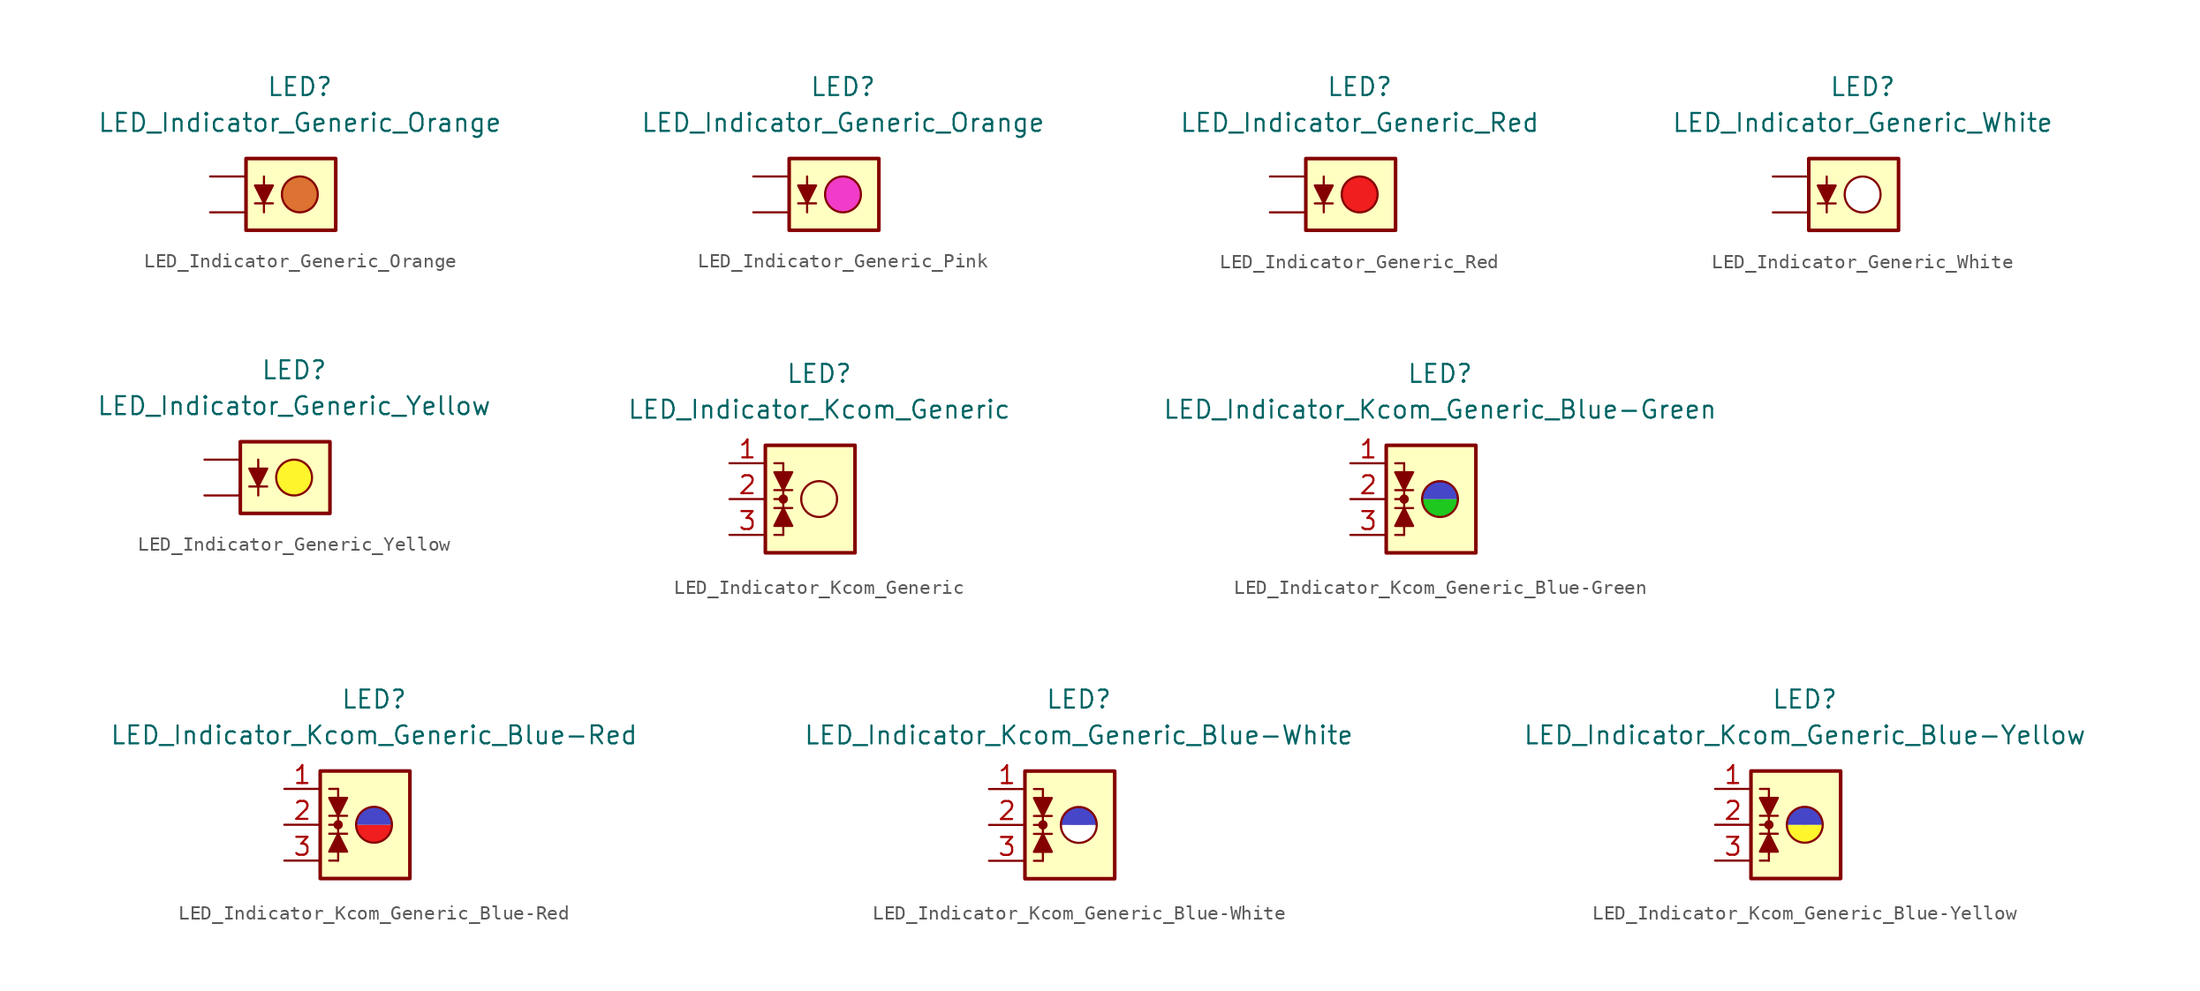
<source format=kicad_sym>
(kicad_symbol_lib
  (version 20231120)
  (generator "kicad_symbol_editor")
  (generator_version "8.0")
  (symbol "LED_Indicator_Generic_Orange"
    (pin_numbers hide)
    (pin_names
      (offset 1.016) hide)
    (property "Reference" "LED"
      (at 0 7.62 0)
      (effects (font (size 1.27 1.27))))
    (property "Value" "LED_Indicator_Generic_Orange"
      (at 0 5.08 0)
      (effects (font (size 1.27 1.27))))
    (symbol "LED_Indicator_Generic_Orange_0_1"
      (rectangle (start -3.81 2.54) (end 2.54 -2.54) (stroke (width 0.254) (type default)) (fill (type background)))
      (polyline (pts (xy -3.175 -0.635) (xy -1.905 -0.635)) (stroke (width 0) (type default)) (fill (type none)))
      (polyline (pts (xy -2.54 1.27) (xy -2.54 -1.27)) (stroke (width 0) (type default)) (fill (type none)))
      (polyline (pts (xy -2.54 -0.635) (xy -3.175 0.635) (xy -1.905 0.635) (xy -2.54 -0.635)) (stroke (width 0) (type default)) (fill (type outline)))
      (circle (center 0 0) (radius 1.27) (stroke (width 0) (type default)) (fill (type color) (color 220 115 50 1))))
    (symbol "LED_Indicator_Generic_Orange_1_1"
      (pin passive line (at -6.35 -1.27 0) (length 2.54) (name "K" (effects (font (size 1.27 1.27)))) (number "1" (effects (font (size 1.27 1.27)))))
      (pin passive line (at -6.35 1.27 0) (length 2.54) (name "A" (effects (font (size 1.27 1.27)))) (number "2" (effects (font (size 1.27 1.27)))))))
  (symbol "LED_Indicator_Generic_Pink"
    (pin_numbers hide)
    (pin_names
      (offset 1.016) hide)
    (property "Reference" "LED"
      (at 0 7.62 0)
      (effects (font (size 1.27 1.27))))
    (property "Value" "LED_Indicator_Generic_Orange"
      (at 0 5.08 0)
      (effects (font (size 1.27 1.27))))
    (symbol "LED_Indicator_Generic_Pink_0_1"
      (rectangle (start -3.81 2.54) (end 2.54 -2.54) (stroke (width 0.254) (type default)) (fill (type background)))
      (polyline (pts (xy -3.175 -0.635) (xy -1.905 -0.635)) (stroke (width 0) (type default)) (fill (type none)))
      (polyline (pts (xy -2.54 1.27) (xy -2.54 -1.27)) (stroke (width 0) (type default)) (fill (type none)))
      (polyline (pts (xy -2.54 -0.635) (xy -3.175 0.635) (xy -1.905 0.635) (xy -2.54 -0.635)) (stroke (width 0) (type default)) (fill (type outline)))
      (circle (center 0 0) (radius 1.27) (stroke (width 0) (type default)) (fill (type color) (color 240 60 200 1))))
    (symbol "LED_Indicator_Generic_Pink_1_1"
      (pin passive line (at -6.35 -1.27 0) (length 2.54) (name "K" (effects (font (size 1.27 1.27)))) (number "1" (effects (font (size 1.27 1.27)))))
      (pin passive line (at -6.35 1.27 0) (length 2.54) (name "A" (effects (font (size 1.27 1.27)))) (number "2" (effects (font (size 1.27 1.27)))))))
  (symbol "LED_Indicator_Generic_Red"
    (pin_numbers hide)
    (pin_names
      (offset 1.016) hide)
    (property "Reference" "LED"
      (at 0 7.62 0)
      (effects (font (size 1.27 1.27))))
    (property "Value" "LED_Indicator_Generic_Red"
      (at 0 5.08 0)
      (effects (font (size 1.27 1.27))))
    (symbol "LED_Indicator_Generic_Red_0_1"
      (rectangle (start -3.81 2.54) (end 2.54 -2.54) (stroke (width 0.254) (type default)) (fill (type background)))
      (polyline (pts (xy -3.175 -0.635) (xy -1.905 -0.635)) (stroke (width 0) (type default)) (fill (type none)))
      (polyline (pts (xy -2.54 1.27) (xy -2.54 -1.27)) (stroke (width 0) (type default)) (fill (type none)))
      (polyline (pts (xy -2.54 -0.635) (xy -3.175 0.635) (xy -1.905 0.635) (xy -2.54 -0.635)) (stroke (width 0) (type default)) (fill (type outline)))
      (circle (center 0 0) (radius 1.27) (stroke (width 0) (type default)) (fill (type color) (color 240 30 30 1))))
    (symbol "LED_Indicator_Generic_Red_1_1"
      (pin passive line (at -6.35 -1.27 0) (length 2.54) (name "K" (effects (font (size 1.27 1.27)))) (number "1" (effects (font (size 1.27 1.27)))))
      (pin passive line (at -6.35 1.27 0) (length 2.54) (name "A" (effects (font (size 1.27 1.27)))) (number "2" (effects (font (size 1.27 1.27)))))))
  (symbol "LED_Indicator_Generic_White"
    (pin_numbers hide)
    (pin_names
      (offset 1.016) hide)
    (property "Reference" "LED"
      (at 0 7.62 0)
      (effects (font (size 1.27 1.27))))
    (property "Value" "LED_Indicator_Generic_White"
      (at 0 5.08 0)
      (effects (font (size 1.27 1.27))))
    (symbol "LED_Indicator_Generic_White_0_1"
      (rectangle (start -3.81 2.54) (end 2.54 -2.54) (stroke (width 0.254) (type default)) (fill (type background)))
      (polyline (pts (xy -3.175 -0.635) (xy -1.905 -0.635)) (stroke (width 0) (type default)) (fill (type none)))
      (polyline (pts (xy -2.54 1.27) (xy -2.54 -1.27)) (stroke (width 0) (type default)) (fill (type none)))
      (polyline (pts (xy -2.54 -0.635) (xy -3.175 0.635) (xy -1.905 0.635) (xy -2.54 -0.635)) (stroke (width 0) (type default)) (fill (type outline)))
      (circle (center 0 0) (radius 1.27) (stroke (width 0) (type default)) (fill (type color) (color 255 255 255 1))))
    (symbol "LED_Indicator_Generic_White_1_1"
      (pin passive line (at -6.35 -1.27 0) (length 2.54) (name "K" (effects (font (size 1.27 1.27)))) (number "1" (effects (font (size 1.27 1.27)))))
      (pin passive line (at -6.35 1.27 0) (length 2.54) (name "A" (effects (font (size 1.27 1.27)))) (number "2" (effects (font (size 1.27 1.27)))))))
  (symbol "LED_Indicator_Generic_Yellow"
    (pin_numbers hide)
    (pin_names
      (offset 1.016) hide)
    (property "Reference" "LED"
      (at 0 7.62 0)
      (effects (font (size 1.27 1.27))))
    (property "Value" "LED_Indicator_Generic_Yellow"
      (at 0 5.08 0)
      (effects (font (size 1.27 1.27))))
    (symbol "LED_Indicator_Generic_Yellow_0_1"
      (rectangle (start -3.81 2.54) (end 2.54 -2.54) (stroke (width 0.254) (type default)) (fill (type background)))
      (polyline (pts (xy -3.175 -0.635) (xy -1.905 -0.635)) (stroke (width 0) (type default)) (fill (type none)))
      (polyline (pts (xy -2.54 1.27) (xy -2.54 -1.27)) (stroke (width 0) (type default)) (fill (type none)))
      (polyline (pts (xy -2.54 -0.635) (xy -3.175 0.635) (xy -1.905 0.635) (xy -2.54 -0.635)) (stroke (width 0) (type default)) (fill (type outline)))
      (circle (center 0 0) (radius 1.27) (stroke (width 0) (type default)) (fill (type color) (color 255 245 45 1))))
    (symbol "LED_Indicator_Generic_Yellow_1_1"
      (pin passive line (at -6.35 -1.27 0) (length 2.54) (name "K" (effects (font (size 1.27 1.27)))) (number "1" (effects (font (size 1.27 1.27)))))
      (pin passive line (at -6.35 1.27 0) (length 2.54) (name "A" (effects (font (size 1.27 1.27)))) (number "2" (effects (font (size 1.27 1.27)))))))
  (symbol "LED_Indicator_Kcom_Generic"
    (pin_names
      (offset 1.016) hide)
    (property "Reference" "LED"
      (at 0 8.89 0)
      (effects (font (size 1.27 1.27))))
    (property "Value" "LED_Indicator_Kcom_Generic"
      (at 0 6.35 0)
      (effects (font (size 1.27 1.27))))
    (symbol "LED_Indicator_Kcom_Generic_0_1"
      (rectangle (start -3.81 3.81) (end 2.54 -3.81) (stroke (width 0.254) (type default)) (fill (type background)))
      (circle (center -2.54 0) (radius 0.254) (stroke (width 0) (type default)) (fill (type outline)))
      (arc (start -1.27 0) (mid 0 -1.2645) (end 1.27 0) (stroke (width 0) (type default)) (fill (type none)))
      (polyline (pts (xy -3.175 0.635) (xy -1.905 0.635)) (stroke (width 0) (type default)) (fill (type none)))
      (polyline (pts (xy -2.54 -2.54) (xy -3.175 -2.54)) (stroke (width 0) (type default)) (fill (type none)))
      (polyline (pts (xy -2.54 -2.54) (xy -2.54 0)) (stroke (width 0) (type default)) (fill (type none)))
      (polyline (pts (xy -2.54 0) (xy -3.175 0)) (stroke (width 0) (type default)) (fill (type none)))
      (polyline (pts (xy -2.54 2.54) (xy -3.175 2.54)) (stroke (width 0) (type default)) (fill (type none)))
      (polyline (pts (xy -2.54 2.54) (xy -2.54 0)) (stroke (width 0) (type default)) (fill (type none)))
      (polyline (pts (xy -1.905 -0.635) (xy -3.175 -0.635)) (stroke (width 0) (type default)) (fill (type none)))
      (polyline (pts (xy -2.54 -0.635) (xy -1.905 -1.905) (xy -3.175 -1.905) (xy -2.54 -0.635)) (stroke (width 0) (type default)) (fill (type outline)))
      (polyline (pts (xy -2.54 0.635) (xy -3.175 1.905) (xy -1.905 1.905) (xy -2.54 0.635)) (stroke (width 0) (type default)) (fill (type outline)))
      (arc (start 1.27 0) (mid 0 1.2645) (end -1.27 0) (stroke (width 0) (type default)) (fill (type none))))
    (symbol "LED_Indicator_Kcom_Generic_1_1"
      (pin passive line (at -6.35 2.54 0) (length 2.54) (name "A1" (effects (font (size 1.27 1.27)))) (number "1" (effects (font (size 1.27 1.27)))))
      (pin passive line (at -6.35 0 0) (length 2.54) (name "K12" (effects (font (size 1.27 1.27)))) (number "2" (effects (font (size 1.27 1.27)))))
      (pin passive line (at -6.35 -2.54 0) (length 2.54) (name "A2" (effects (font (size 1.27 1.27)))) (number "3" (effects (font (size 1.27 1.27)))))))
  (symbol "LED_Indicator_Kcom_Generic_Blue-Green"
    (pin_names
      (offset 1.016) hide)
    (property "Reference" "LED"
      (at 0 8.89 0)
      (effects (font (size 1.27 1.27))))
    (property "Value" "LED_Indicator_Kcom_Generic_Blue-Green"
      (at 0 6.35 0)
      (effects (font (size 1.27 1.27))))
    (symbol "LED_Indicator_Kcom_Generic_Blue-Green_0_1"
      (rectangle (start -3.81 3.81) (end 2.54 -3.81) (stroke (width 0.254) (type default)) (fill (type background)))
      (circle (center -2.54 0) (radius 0.254) (stroke (width 0) (type default)) (fill (type outline)))
      (arc (start -1.27 0) (mid 0 -1.2645) (end 1.27 0) (stroke (width 0) (type default)) (fill (type color) (color 30 200 30 1)))
      (polyline (pts (xy -3.175 0.635) (xy -1.905 0.635)) (stroke (width 0) (type default)) (fill (type none)))
      (polyline (pts (xy -2.54 -2.54) (xy -3.175 -2.54)) (stroke (width 0) (type default)) (fill (type none)))
      (polyline (pts (xy -2.54 -2.54) (xy -2.54 0)) (stroke (width 0) (type default)) (fill (type none)))
      (polyline (pts (xy -2.54 0) (xy -3.175 0)) (stroke (width 0) (type default)) (fill (type none)))
      (polyline (pts (xy -2.54 2.54) (xy -3.175 2.54)) (stroke (width 0) (type default)) (fill (type none)))
      (polyline (pts (xy -2.54 2.54) (xy -2.54 0)) (stroke (width 0) (type default)) (fill (type none)))
      (polyline (pts (xy -1.905 -0.635) (xy -3.175 -0.635)) (stroke (width 0) (type default)) (fill (type none)))
      (polyline (pts (xy -2.54 -0.635) (xy -1.905 -1.905) (xy -3.175 -1.905) (xy -2.54 -0.635)) (stroke (width 0) (type default)) (fill (type outline)))
      (polyline (pts (xy -2.54 0.635) (xy -3.175 1.905) (xy -1.905 1.905) (xy -2.54 0.635)) (stroke (width 0) (type default)) (fill (type outline)))
      (arc (start 1.27 0) (mid 0 1.2645) (end -1.27 0) (stroke (width 0) (type default)) (fill (type color) (color 70 70 200 1))))
    (symbol "LED_Indicator_Kcom_Generic_Blue-Green_1_1"
      (pin passive line (at -6.35 2.54 0) (length 2.54) (name "K1" (effects (font (size 1.27 1.27)))) (number "1" (effects (font (size 1.27 1.27)))))
      (pin passive line (at -6.35 0 0) (length 2.54) (name "A12" (effects (font (size 1.27 1.27)))) (number "2" (effects (font (size 1.27 1.27)))))
      (pin passive line (at -6.35 -2.54 0) (length 2.54) (name "K2" (effects (font (size 1.27 1.27)))) (number "3" (effects (font (size 1.27 1.27)))))))
  (symbol "LED_Indicator_Kcom_Generic_Blue-Red"
    (pin_names
      (offset 1.016) hide)
    (property "Reference" "LED"
      (at 0 8.89 0)
      (effects (font (size 1.27 1.27))))
    (property "Value" "LED_Indicator_Kcom_Generic_Blue-Red"
      (at 0 6.35 0)
      (effects (font (size 1.27 1.27))))
    (symbol "LED_Indicator_Kcom_Generic_Blue-Red_0_1"
      (rectangle (start -3.81 3.81) (end 2.54 -3.81) (stroke (width 0.254) (type default)) (fill (type background)))
      (circle (center -2.54 0) (radius 0.254) (stroke (width 0) (type default)) (fill (type outline)))
      (arc (start -1.27 0) (mid 0 -1.2645) (end 1.27 0) (stroke (width 0) (type default)) (fill (type color) (color 240 30 30 1)))
      (polyline (pts (xy -3.175 0.635) (xy -1.905 0.635)) (stroke (width 0) (type default)) (fill (type none)))
      (polyline (pts (xy -2.54 -2.54) (xy -3.175 -2.54)) (stroke (width 0) (type default)) (fill (type none)))
      (polyline (pts (xy -2.54 -2.54) (xy -2.54 0)) (stroke (width 0) (type default)) (fill (type none)))
      (polyline (pts (xy -2.54 0) (xy -3.175 0)) (stroke (width 0) (type default)) (fill (type none)))
      (polyline (pts (xy -2.54 2.54) (xy -3.175 2.54)) (stroke (width 0) (type default)) (fill (type none)))
      (polyline (pts (xy -2.54 2.54) (xy -2.54 0)) (stroke (width 0) (type default)) (fill (type none)))
      (polyline (pts (xy -1.905 -0.635) (xy -3.175 -0.635)) (stroke (width 0) (type default)) (fill (type none)))
      (polyline (pts (xy -2.54 -0.635) (xy -1.905 -1.905) (xy -3.175 -1.905) (xy -2.54 -0.635)) (stroke (width 0) (type default)) (fill (type outline)))
      (polyline (pts (xy -2.54 0.635) (xy -3.175 1.905) (xy -1.905 1.905) (xy -2.54 0.635)) (stroke (width 0) (type default)) (fill (type outline)))
      (arc (start 1.27 0) (mid 0 1.2645) (end -1.27 0) (stroke (width 0) (type default)) (fill (type color) (color 70 70 200 1))))
    (symbol "LED_Indicator_Kcom_Generic_Blue-Red_1_1"
      (pin passive line (at -6.35 2.54 0) (length 2.54) (name "K1" (effects (font (size 1.27 1.27)))) (number "1" (effects (font (size 1.27 1.27)))))
      (pin passive line (at -6.35 0 0) (length 2.54) (name "A12" (effects (font (size 1.27 1.27)))) (number "2" (effects (font (size 1.27 1.27)))))
      (pin passive line (at -6.35 -2.54 0) (length 2.54) (name "K2" (effects (font (size 1.27 1.27)))) (number "3" (effects (font (size 1.27 1.27)))))))
  (symbol "LED_Indicator_Kcom_Generic_Blue-White"
    (pin_names
      (offset 1.016) hide)
    (property "Reference" "LED"
      (at 0 8.89 0)
      (effects (font (size 1.27 1.27))))
    (property "Value" "LED_Indicator_Kcom_Generic_Blue-White"
      (at 0 6.35 0)
      (effects (font (size 1.27 1.27))))
    (symbol "LED_Indicator_Kcom_Generic_Blue-White_0_1"
      (rectangle (start -3.81 3.81) (end 2.54 -3.81) (stroke (width 0.254) (type default)) (fill (type background)))
      (circle (center -2.54 0) (radius 0.254) (stroke (width 0) (type default)) (fill (type outline)))
      (arc (start -1.27 0) (mid 0 -1.2645) (end 1.27 0) (stroke (width 0) (type default)) (fill (type color) (color 255 255 255 1)))
      (polyline (pts (xy -3.175 0.635) (xy -1.905 0.635)) (stroke (width 0) (type default)) (fill (type none)))
      (polyline (pts (xy -2.54 -2.54) (xy -3.175 -2.54)) (stroke (width 0) (type default)) (fill (type none)))
      (polyline (pts (xy -2.54 -2.54) (xy -2.54 0)) (stroke (width 0) (type default)) (fill (type none)))
      (polyline (pts (xy -2.54 0) (xy -3.175 0)) (stroke (width 0) (type default)) (fill (type none)))
      (polyline (pts (xy -2.54 2.54) (xy -3.175 2.54)) (stroke (width 0) (type default)) (fill (type none)))
      (polyline (pts (xy -2.54 2.54) (xy -2.54 0)) (stroke (width 0) (type default)) (fill (type none)))
      (polyline (pts (xy -1.905 -0.635) (xy -3.175 -0.635)) (stroke (width 0) (type default)) (fill (type none)))
      (polyline (pts (xy -2.54 -0.635) (xy -1.905 -1.905) (xy -3.175 -1.905) (xy -2.54 -0.635)) (stroke (width 0) (type default)) (fill (type outline)))
      (polyline (pts (xy -2.54 0.635) (xy -3.175 1.905) (xy -1.905 1.905) (xy -2.54 0.635)) (stroke (width 0) (type default)) (fill (type outline)))
      (arc (start 1.27 0) (mid 0 1.2645) (end -1.27 0) (stroke (width 0) (type default)) (fill (type color) (color 70 70 200 1))))
    (symbol "LED_Indicator_Kcom_Generic_Blue-White_1_1"
      (pin passive line (at -6.35 2.54 0) (length 2.54) (name "K1" (effects (font (size 1.27 1.27)))) (number "1" (effects (font (size 1.27 1.27)))))
      (pin passive line (at -6.35 0 0) (length 2.54) (name "A12" (effects (font (size 1.27 1.27)))) (number "2" (effects (font (size 1.27 1.27)))))
      (pin passive line (at -6.35 -2.54 0) (length 2.54) (name "K2" (effects (font (size 1.27 1.27)))) (number "3" (effects (font (size 1.27 1.27)))))))
  (symbol "LED_Indicator_Kcom_Generic_Blue-Yellow"
    (pin_names
      (offset 1.016) hide)
    (property "Reference" "LED"
      (at 0 8.89 0)
      (effects (font (size 1.27 1.27))))
    (property "Value" "LED_Indicator_Kcom_Generic_Blue-Yellow"
      (at 0 6.35 0)
      (effects (font (size 1.27 1.27))))
    (symbol "LED_Indicator_Kcom_Generic_Blue-Yellow_0_1"
      (rectangle (start -3.81 3.81) (end 2.54 -3.81) (stroke (width 0.254) (type default)) (fill (type background)))
      (circle (center -2.54 0) (radius 0.254) (stroke (width 0) (type default)) (fill (type outline)))
      (arc (start -1.27 0) (mid 0 -1.2645) (end 1.27 0) (stroke (width 0) (type default)) (fill (type color) (color 255 245 45 1)))
      (polyline (pts (xy -3.175 0.635) (xy -1.905 0.635)) (stroke (width 0) (type default)) (fill (type none)))
      (polyline (pts (xy -2.54 -2.54) (xy -3.175 -2.54)) (stroke (width 0) (type default)) (fill (type none)))
      (polyline (pts (xy -2.54 -2.54) (xy -2.54 0)) (stroke (width 0) (type default)) (fill (type none)))
      (polyline (pts (xy -2.54 0) (xy -3.175 0)) (stroke (width 0) (type default)) (fill (type none)))
      (polyline (pts (xy -2.54 2.54) (xy -3.175 2.54)) (stroke (width 0) (type default)) (fill (type none)))
      (polyline (pts (xy -2.54 2.54) (xy -2.54 0)) (stroke (width 0) (type default)) (fill (type none)))
      (polyline (pts (xy -1.905 -0.635) (xy -3.175 -0.635)) (stroke (width 0) (type default)) (fill (type none)))
      (polyline (pts (xy -2.54 -0.635) (xy -1.905 -1.905) (xy -3.175 -1.905) (xy -2.54 -0.635)) (stroke (width 0) (type default)) (fill (type outline)))
      (polyline (pts (xy -2.54 0.635) (xy -3.175 1.905) (xy -1.905 1.905) (xy -2.54 0.635)) (stroke (width 0) (type default)) (fill (type outline)))
      (arc (start 1.27 0) (mid 0 1.2645) (end -1.27 0) (stroke (width 0) (type default)) (fill (type color) (color 70 70 200 1))))
    (symbol "LED_Indicator_Kcom_Generic_Blue-Yellow_1_1"
      (pin passive line (at -6.35 2.54 0) (length 2.54) (name "K1" (effects (font (size 1.27 1.27)))) (number "1" (effects (font (size 1.27 1.27)))))
      (pin passive line (at -6.35 0 0) (length 2.54) (name "A12" (effects (font (size 1.27 1.27)))) (number "2" (effects (font (size 1.27 1.27)))))
      (pin passive line (at -6.35 -2.54 0) (length 2.54) (name "K2" (effects (font (size 1.27 1.27)))) (number "3" (effects (font (size 1.27 1.27))))))))
</source>
